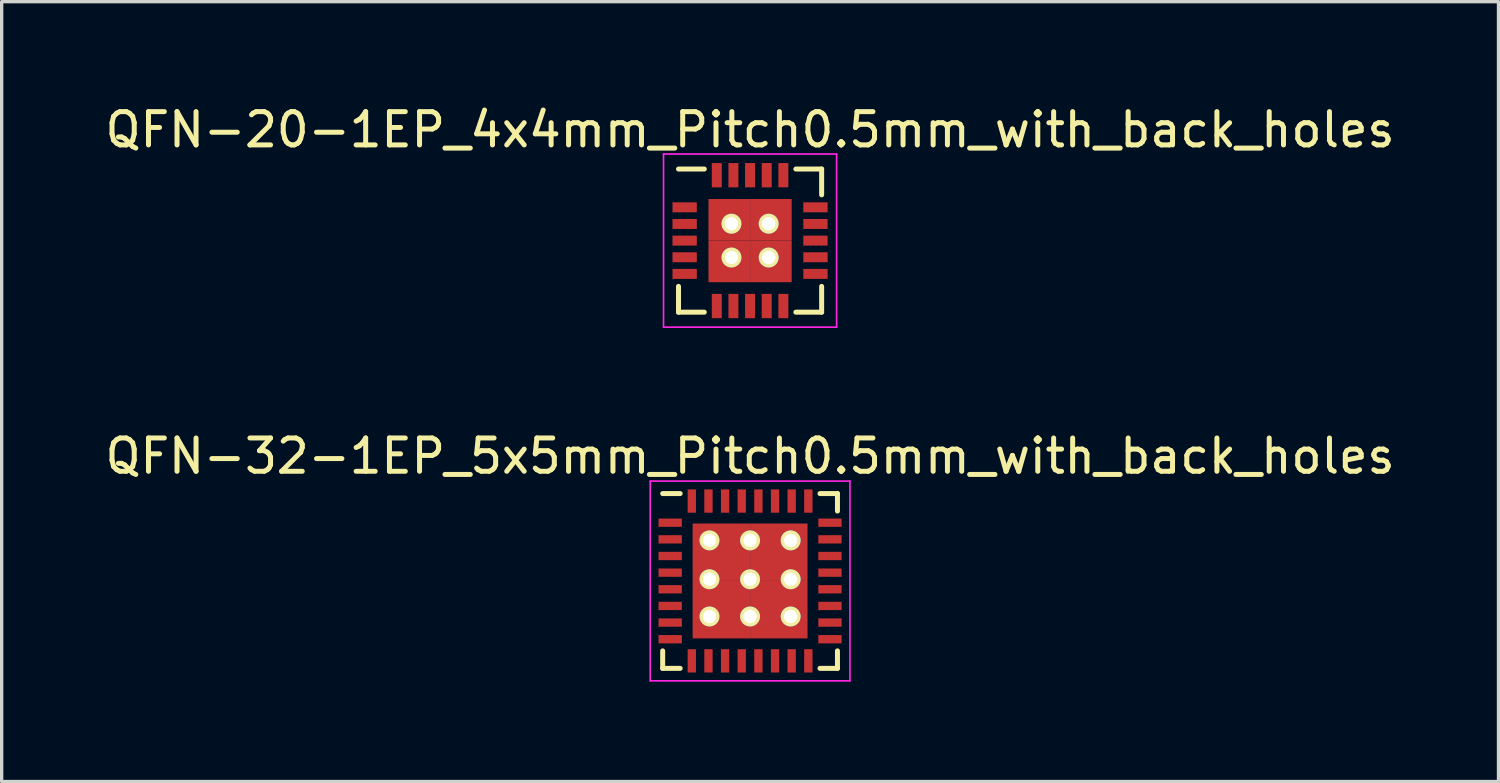
<source format=kicad_pcb>
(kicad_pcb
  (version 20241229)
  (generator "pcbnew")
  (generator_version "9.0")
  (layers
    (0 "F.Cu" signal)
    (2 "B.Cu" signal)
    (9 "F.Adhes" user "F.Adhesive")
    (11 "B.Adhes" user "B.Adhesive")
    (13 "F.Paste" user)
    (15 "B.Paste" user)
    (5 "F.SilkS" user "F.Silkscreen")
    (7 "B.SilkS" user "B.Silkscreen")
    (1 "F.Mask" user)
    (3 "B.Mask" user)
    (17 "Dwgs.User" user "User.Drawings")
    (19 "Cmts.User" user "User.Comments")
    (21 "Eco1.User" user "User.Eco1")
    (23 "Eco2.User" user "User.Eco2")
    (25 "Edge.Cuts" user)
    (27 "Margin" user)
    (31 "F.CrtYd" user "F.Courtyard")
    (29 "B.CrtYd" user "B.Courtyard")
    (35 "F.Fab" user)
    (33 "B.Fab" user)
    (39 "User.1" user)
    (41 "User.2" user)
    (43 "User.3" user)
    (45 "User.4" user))
  (footprint "QFN-32-1EP_5x5mm_Pitch0.5mm_with_back_holes"
    (layer "F.Cu")
    (at 19.482 14.402)
    (property "Reference" "QFN-32-1EP_5x5mm_Pitch0.5mm_with_back_holes" (at 0 -3.75 0) (layer "F.SilkS") (effects (font (size 1 1) (thickness 0.15))))
    (attr smd)
    (fp_line (start -2.625 -2.625) (end -2.1 -2.625) (stroke (width 0.15) (type solid)) (layer "F.SilkS"))
    (fp_line (start -2.625 2.625) (end -2.625 2.1) (stroke (width 0.15) (type solid)) (layer "F.SilkS"))
    (fp_line (start -2.625 2.625) (end -2.1 2.625) (stroke (width 0.15) (type solid)) (layer "F.SilkS"))
    (fp_line (start 2.625 -2.625) (end 2.1 -2.625) (stroke (width 0.15) (type solid)) (layer "F.SilkS"))
    (fp_line (start 2.625 -2.625) (end 2.625 -2.1) (stroke (width 0.15) (type solid)) (layer "F.SilkS"))
    (fp_line (start 2.625 2.625) (end 2.1 2.625) (stroke (width 0.15) (type solid)) (layer "F.SilkS"))
    (fp_line (start 2.625 2.625) (end 2.625 2.1) (stroke (width 0.15) (type solid)) (layer "F.SilkS"))
    (fp_line (start -3 -3) (end -3 3) (stroke (width 0.05) (type solid)) (layer "F.CrtYd"))
    (fp_line (start -3 -3) (end 3 -3) (stroke (width 0.05) (type solid)) (layer "F.CrtYd"))
    (fp_line (start -3 3) (end 3 3) (stroke (width 0.05) (type solid)) (layer "F.CrtYd"))
    (fp_line (start 3 -3) (end 3 3) (stroke (width 0.05) (type solid)) (layer "F.CrtYd"))
    (pad "1" smd rect (at -2.4 -1.75) (size 0.7 0.25) (layers "F.Cu" "F.Mask" "F.Paste"))
    (pad "2" smd rect (at -2.4 -1.25) (size 0.7 0.25) (layers "F.Cu" "F.Mask" "F.Paste"))
    (pad "3" smd rect (at -2.4 -0.75) (size 0.7 0.25) (layers "F.Cu" "F.Mask" "F.Paste"))
    (pad "4" smd rect (at -2.4 -0.25) (size 0.7 0.25) (layers "F.Cu" "F.Mask" "F.Paste"))
    (pad "5" smd rect (at -2.4 0.25) (size 0.7 0.25) (layers "F.Cu" "F.Mask" "F.Paste"))
    (pad "6" smd rect (at -2.4 0.75) (size 0.7 0.25) (layers "F.Cu" "F.Mask" "F.Paste"))
    (pad "7" smd rect (at -2.4 1.25) (size 0.7 0.25) (layers "F.Cu" "F.Mask" "F.Paste"))
    (pad "8" smd rect (at -2.4 1.75) (size 0.7 0.25) (layers "F.Cu" "F.Mask" "F.Paste"))
    (pad "9" smd rect (at -1.75 2.4 90) (size 0.7 0.25) (layers "F.Cu" "F.Mask" "F.Paste"))
    (pad "10" smd rect (at -1.25 2.4 90) (size 0.7 0.25) (layers "F.Cu" "F.Mask" "F.Paste"))
    (pad "11" smd rect (at -0.75 2.4 90) (size 0.7 0.25) (layers "F.Cu" "F.Mask" "F.Paste"))
    (pad "12" smd rect (at -0.25 2.4 90) (size 0.7 0.25) (layers "F.Cu" "F.Mask" "F.Paste"))
    (pad "13" smd rect (at 0.25 2.4 90) (size 0.7 0.25) (layers "F.Cu" "F.Mask" "F.Paste"))
    (pad "14" smd rect (at 0.75 2.4 90) (size 0.7 0.25) (layers "F.Cu" "F.Mask" "F.Paste"))
    (pad "15" smd rect (at 1.25 2.4 90) (size 0.7 0.25) (layers "F.Cu" "F.Mask" "F.Paste"))
    (pad "16" smd rect (at 1.75 2.4 90) (size 0.7 0.25) (layers "F.Cu" "F.Mask" "F.Paste"))
    (pad "17" smd rect (at 2.4 1.75) (size 0.7 0.25) (layers "F.Cu" "F.Mask" "F.Paste"))
    (pad "18" smd rect (at 2.4 1.25) (size 0.7 0.25) (layers "F.Cu" "F.Mask" "F.Paste"))
    (pad "19" smd rect (at 2.4 0.75) (size 0.7 0.25) (layers "F.Cu" "F.Mask" "F.Paste"))
    (pad "20" smd rect (at 2.4 0.25) (size 0.7 0.25) (layers "F.Cu" "F.Mask" "F.Paste"))
    (pad "21" smd rect (at 2.4 -0.25) (size 0.7 0.25) (layers "F.Cu" "F.Mask" "F.Paste"))
    (pad "22" smd rect (at 2.4 -0.75) (size 0.7 0.25) (layers "F.Cu" "F.Mask" "F.Paste"))
    (pad "23" smd rect (at 2.4 -1.25) (size 0.7 0.25) (layers "F.Cu" "F.Mask" "F.Paste"))
    (pad "24" smd rect (at 2.4 -1.75) (size 0.7 0.25) (layers "F.Cu" "F.Mask" "F.Paste"))
    (pad "25" smd rect (at 1.75 -2.4 90) (size 0.7 0.25) (layers "F.Cu" "F.Mask" "F.Paste"))
    (pad "26" smd rect (at 1.25 -2.4 90) (size 0.7 0.25) (layers "F.Cu" "F.Mask" "F.Paste"))
    (pad "27" smd rect (at 0.75 -2.4 90) (size 0.7 0.25) (layers "F.Cu" "F.Mask" "F.Paste"))
    (pad "28" smd rect (at 0.25 -2.4 90) (size 0.7 0.25) (layers "F.Cu" "F.Mask" "F.Paste"))
    (pad "29" smd rect (at -0.25 -2.4 90) (size 0.7 0.25) (layers "F.Cu" "F.Mask" "F.Paste"))
    (pad "30" smd rect (at -0.75 -2.4 90) (size 0.7 0.25) (layers "F.Cu" "F.Mask" "F.Paste"))
    (pad "31" smd rect (at -1.25 -2.4 90) (size 0.7 0.25) (layers "F.Cu" "F.Mask" "F.Paste"))
    (pad "32" smd rect (at -1.75 -2.4 90) (size 0.7 0.25) (layers "F.Cu" "F.Mask" "F.Paste"))
    (pad "33" smd rect (at -0.863 -0.863) (size 1.725 1.725) (layers "F.Cu" "F.Mask" "F.Paste"))
    (pad "33" smd rect (at -0.863 0.863) (size 1.725 1.725) (layers "F.Cu" "F.Mask" "F.Paste"))
    (pad "33" smd rect (at 0.863 -0.863) (size 1.725 1.725) (layers "F.Cu" "F.Mask" "F.Paste"))
    (pad "33" smd rect (at 0.863 0.863) (size 1.725 1.725) (layers "F.Cu" "F.Mask" "F.Paste"))
    (pad "34" thru_hole circle (at -1.219 -1.219) (size 0.6 0.6) (drill 0.4) (layers "*.Cu" "*.Mask" "F.SilkS"))
    (pad "34" thru_hole circle (at -1.219 -0.051) (size 0.6 0.6) (drill 0.4) (layers "*.Cu" "*.Mask" "F.SilkS"))
    (pad "34" thru_hole circle (at -1.219 1.067) (size 0.6 0.6) (drill 0.4) (layers "*.Cu" "*.Mask" "F.SilkS"))
    (pad "35" thru_hole circle (at 0 -1.219) (size 0.6 0.6) (drill 0.4) (layers "*.Cu" "*.Mask" "F.SilkS"))
    (pad "35" thru_hole circle (at 0 -0.051) (size 0.6 0.6) (drill 0.4) (layers "*.Cu" "*.Mask" "F.SilkS"))
    (pad "35" thru_hole circle (at 0 1.067) (size 0.6 0.6) (drill 0.4) (layers "*.Cu" "*.Mask" "F.SilkS"))
    (pad "36" thru_hole circle (at 1.219 -1.219) (size 0.6 0.6) (drill 0.4) (layers "*.Cu" "*.Mask" "F.SilkS"))
    (pad "36" thru_hole circle (at 1.219 -0.051) (size 0.6 0.6) (drill 0.4) (layers "*.Cu" "*.Mask" "F.SilkS"))
    (pad "36" thru_hole circle (at 1.219 1.067) (size 0.6 0.6) (drill 0.4) (layers "*.Cu" "*.Mask" "F.SilkS")))
  (footprint "QFN-20-1EP_4x4mm_Pitch0.5mm_with_back_holes"
    (layer "F.Cu")
    (at 19.482 4.178)
    (property "Reference" "QFN-20-1EP_4x4mm_Pitch0.5mm_with_back_holes" (at 0 -3.33 0) (layer "F.SilkS") (effects (font (size 1 1) (thickness 0.15))))
    (attr smd)
    (fp_line (start -2.15 -2.15) (end -1.375 -2.15) (stroke (width 0.15) (type solid)) (layer "F.SilkS"))
    (fp_line (start -2.15 2.15) (end -2.15 1.375) (stroke (width 0.15) (type solid)) (layer "F.SilkS"))
    (fp_line (start -2.15 2.15) (end -1.375 2.15) (stroke (width 0.15) (type solid)) (layer "F.SilkS"))
    (fp_line (start 2.15 -2.15) (end 1.375 -2.15) (stroke (width 0.15) (type solid)) (layer "F.SilkS"))
    (fp_line (start 2.15 -2.15) (end 2.15 -1.375) (stroke (width 0.15) (type solid)) (layer "F.SilkS"))
    (fp_line (start 2.15 2.15) (end 1.375 2.15) (stroke (width 0.15) (type solid)) (layer "F.SilkS"))
    (fp_line (start 2.15 2.15) (end 2.15 1.375) (stroke (width 0.15) (type solid)) (layer "F.SilkS"))
    (fp_line (start -2.6 -2.6) (end -2.6 2.6) (stroke (width 0.05) (type solid)) (layer "F.CrtYd"))
    (fp_line (start -2.6 -2.6) (end 2.6 -2.6) (stroke (width 0.05) (type solid)) (layer "F.CrtYd"))
    (fp_line (start -2.6 2.6) (end 2.6 2.6) (stroke (width 0.05) (type solid)) (layer "F.CrtYd"))
    (fp_line (start 2.6 -2.6) (end 2.6 2.6) (stroke (width 0.05) (type solid)) (layer "F.CrtYd"))
    (pad "1" smd rect (at -1.965 -1) (size 0.73 0.3) (layers "F.Cu" "F.Mask" "F.Paste"))
    (pad "2" smd rect (at -1.965 -0.5) (size 0.73 0.3) (layers "F.Cu" "F.Mask" "F.Paste"))
    (pad "3" smd rect (at -1.965 0) (size 0.73 0.3) (layers "F.Cu" "F.Mask" "F.Paste"))
    (pad "4" smd rect (at -1.965 0.5) (size 0.73 0.3) (layers "F.Cu" "F.Mask" "F.Paste"))
    (pad "5" smd rect (at -1.965 1) (size 0.73 0.3) (layers "F.Cu" "F.Mask" "F.Paste"))
    (pad "6" smd rect (at -1 1.965 90) (size 0.73 0.3) (layers "F.Cu" "F.Mask" "F.Paste"))
    (pad "7" smd rect (at -0.5 1.965 90) (size 0.73 0.3) (layers "F.Cu" "F.Mask" "F.Paste"))
    (pad "8" smd rect (at 0 1.965 90) (size 0.73 0.3) (layers "F.Cu" "F.Mask" "F.Paste"))
    (pad "9" smd rect (at 0.5 1.965 90) (size 0.73 0.3) (layers "F.Cu" "F.Mask" "F.Paste"))
    (pad "10" smd rect (at 1 1.965 90) (size 0.73 0.3) (layers "F.Cu" "F.Mask" "F.Paste"))
    (pad "11" smd rect (at 1.965 1) (size 0.73 0.3) (layers "F.Cu" "F.Mask" "F.Paste"))
    (pad "12" smd rect (at 1.965 0.5) (size 0.73 0.3) (layers "F.Cu" "F.Mask" "F.Paste"))
    (pad "13" smd rect (at 1.965 0) (size 0.73 0.3) (layers "F.Cu" "F.Mask" "F.Paste"))
    (pad "14" smd rect (at 1.965 -0.5) (size 0.73 0.3) (layers "F.Cu" "F.Mask" "F.Paste"))
    (pad "15" smd rect (at 1.965 -1) (size 0.73 0.3) (layers "F.Cu" "F.Mask" "F.Paste"))
    (pad "16" smd rect (at 1 -1.965 90) (size 0.73 0.3) (layers "F.Cu" "F.Mask" "F.Paste"))
    (pad "17" smd rect (at 0.5 -1.965 90) (size 0.73 0.3) (layers "F.Cu" "F.Mask" "F.Paste"))
    (pad "18" smd rect (at 0 -1.965 90) (size 0.73 0.3) (layers "F.Cu" "F.Mask" "F.Paste"))
    (pad "19" smd rect (at -0.5 -1.965 90) (size 0.73 0.3) (layers "F.Cu" "F.Mask" "F.Paste"))
    (pad "20" smd rect (at -1 -1.965 90) (size 0.73 0.3) (layers "F.Cu" "F.Mask" "F.Paste"))
    (pad "21" smd rect (at -0.625 -0.625) (size 1.25 1.25) (layers "F.Cu" "F.Mask" "F.Paste"))
    (pad "21" smd rect (at -0.625 0.625) (size 1.25 1.25) (layers "F.Cu" "F.Mask" "F.Paste"))
    (pad "21" smd rect (at 0.625 -0.625) (size 1.25 1.25) (layers "F.Cu" "F.Mask" "F.Paste"))
    (pad "21" smd rect (at 0.625 0.625) (size 1.25 1.25) (layers "F.Cu" "F.Mask" "F.Paste"))
    (pad "22" thru_hole circle (at -0.559 -0.508) (size 0.6 0.6) (drill 0.4) (layers "*.Cu" "*.Mask" "F.SilkS"))
    (pad "22" thru_hole circle (at -0.559 0.508) (size 0.6 0.6) (drill 0.4) (layers "*.Cu" "*.Mask" "F.SilkS"))
    (pad "22" thru_hole circle (at 0.559 -0.508) (size 0.6 0.6) (drill 0.4) (layers "*.Cu" "*.Mask" "F.SilkS"))
    (pad "22" thru_hole circle (at 0.559 0.508) (size 0.6 0.6) (drill 0.4) (layers "*.Cu" "*.Mask" "F.SilkS")))
  (gr_rect
    (start -3 -3)
    (end 41.964 20.427)
    (stroke (width 0.1) (type default))
    (fill no)
    (layer "Edge.Cuts")))
</source>
